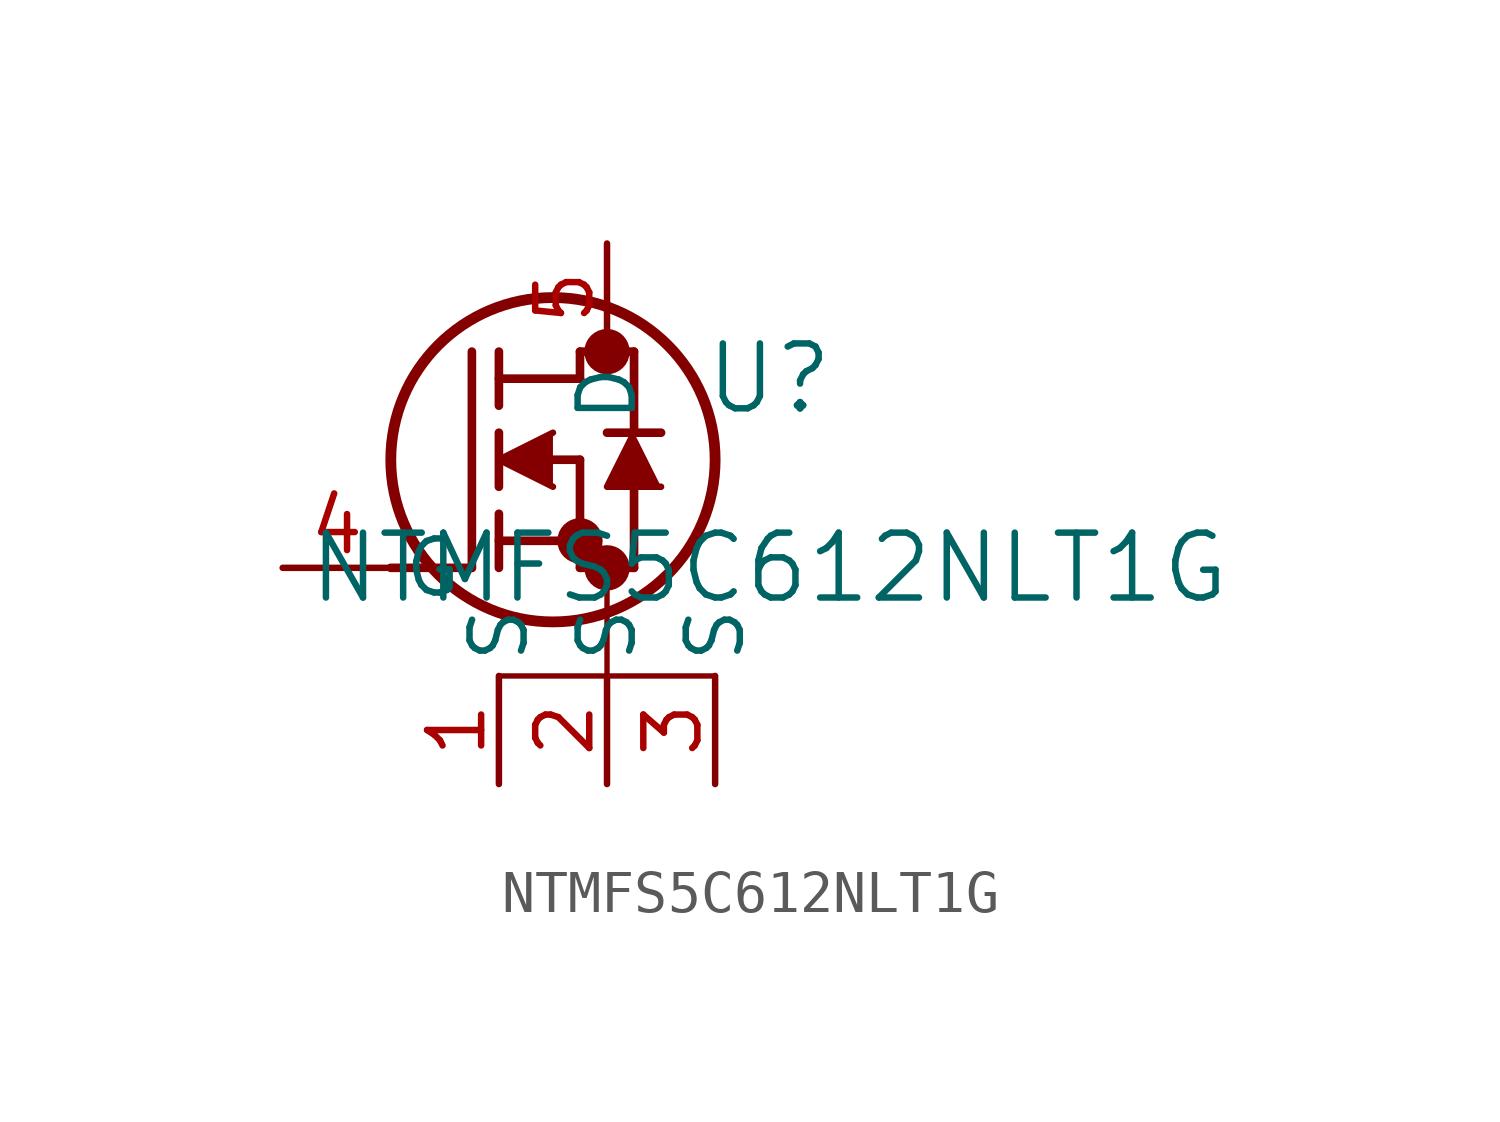
<source format=kicad_sym>
(kicad_symbol_lib
  (version 20231120)
  (generator "kicad_symbol_editor")
  (generator_version "8.0")
  (symbol "NTMFS5C612NLT1G"
    (pin_names
      (offset 0.254))
    (property "Reference" "U"
      (at 11.43 4.445 0)
      (effects (font (size 1.524 1.524))))
    (property "Value" "NTMFS5C612NLT1G"
      (at 11.43 0 0)
      (effects (font (size 1.524 1.524))))
    (property "ki_locked" ""
      (at 0 0 0)
      (effects (font (size 1.27 1.27))))
    (symbol "NTMFS5C612NLT1G_0_1"
      (polyline (pts (xy 2.54 0) (xy 4.445 0)) (stroke (width 0.203) (type default)) (fill (type none)))
      (polyline (pts (xy 4.445 0) (xy 4.445 5.08)) (stroke (width 0.203) (type default)) (fill (type none)))
      (polyline (pts (xy 5.08 -2.54) (xy 10.16 -2.54)) (stroke (width 0.127) (type default)) (fill (type none)))
      (polyline (pts (xy 5.08 0) (xy 5.08 1.27)) (stroke (width 0.203) (type default)) (fill (type none)))
      (polyline (pts (xy 5.08 0.635) (xy 6.985 0.635)) (stroke (width 0.203) (type default)) (fill (type none)))
      (polyline (pts (xy 5.08 1.905) (xy 5.08 3.175)) (stroke (width 0.203) (type default)) (fill (type none)))
      (polyline (pts (xy 5.08 3.81) (xy 5.08 5.08)) (stroke (width 0.203) (type default)) (fill (type none)))
      (polyline (pts (xy 5.08 4.445) (xy 6.985 4.445)) (stroke (width 0.203) (type default)) (fill (type none)))
      (polyline (pts (xy 6.35 2.54) (xy 6.985 2.54)) (stroke (width 0.203) (type default)) (fill (type none)))
      (polyline (pts (xy 6.985 0) (xy 6.985 2.54)) (stroke (width 0.203) (type default)) (fill (type none)))
      (polyline (pts (xy 6.985 0) (xy 8.255 0)) (stroke (width 0.203) (type default)) (fill (type none)))
      (polyline (pts (xy 6.985 4.445) (xy 6.985 5.08)) (stroke (width 0.203) (type default)) (fill (type none)))
      (polyline (pts (xy 6.985 5.08) (xy 8.255 5.08)) (stroke (width 0.203) (type default)) (fill (type none)))
      (polyline (pts (xy 7.62 -2.54) (xy 7.62 0)) (stroke (width 0.127) (type default)) (fill (type none)))
      (polyline (pts (xy 8.255 0) (xy 8.255 1.905)) (stroke (width 0.203) (type default)) (fill (type none)))
      (polyline (pts (xy 8.255 3.175) (xy 8.255 5.08)) (stroke (width 0.203) (type default)) (fill (type none)))
      (polyline (pts (xy 8.89 3.175) (xy 7.62 3.175)) (stroke (width 0.203) (type default)) (fill (type none)))
      (polyline (pts (xy 6.35 3.175) (xy 5.08 2.54) (xy 6.35 1.905)) (stroke (width 0) (type default)) (fill (type outline)))
      (polyline (pts (xy 8.89 1.905) (xy 7.62 1.905) (xy 8.255 3.175)) (stroke (width 0) (type default)) (fill (type outline)))
      (circle (center 6.35 2.54) (radius 3.81) (stroke (width 0.254) (type default)) (fill (type none)))
      (circle (center 6.985 0.635) (radius 0.025) (stroke (width 0.508) (type default)) (fill (type none)))
      (circle (center 7.62 0) (radius 0.025) (stroke (width 0.508) (type default)) (fill (type none)))
      (circle (center 7.62 5.08) (radius 0.025) (stroke (width 0.508) (type default)) (fill (type none))))
    (symbol "NTMFS5C612NLT1G_1_1"
      (pin passive line (at 5.08 -5.08 90) (length 2.54) (name "S" (effects (font (size 1.27 1.27)))) (number "1" (effects (font (size 1.27 1.27)))))
      (pin passive line (at 7.62 -5.08 90) (length 2.54) (name "S" (effects (font (size 1.27 1.27)))) (number "2" (effects (font (size 1.27 1.27)))))
      (pin passive line (at 10.16 -5.08 90) (length 2.54) (name "S" (effects (font (size 1.27 1.27)))) (number "3" (effects (font (size 1.27 1.27)))))
      (pin passive line (at 0 0 0) (length 2.54) (name "G" (effects (font (size 1.27 1.27)))) (number "4" (effects (font (size 1.27 1.27)))))
      (pin passive line (at 7.62 7.62 270) (length 2.54) (name "D" (effects (font (size 1.27 1.27)))) (number "5" (effects (font (size 1.27 1.27))))))))
</source>
